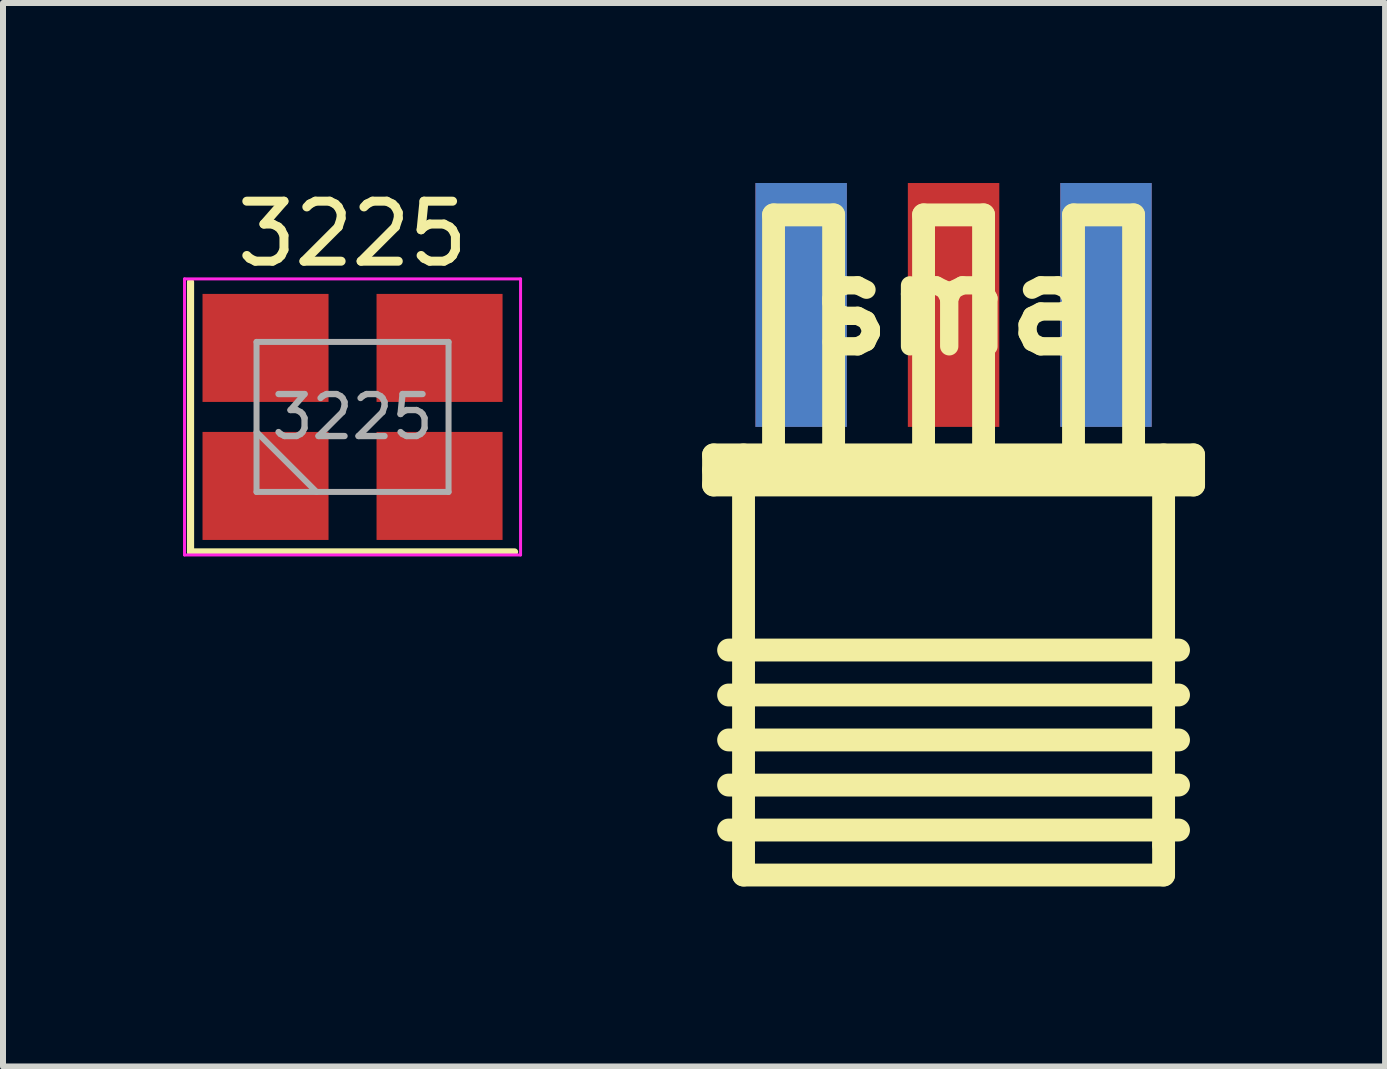
<source format=kicad_pcb>
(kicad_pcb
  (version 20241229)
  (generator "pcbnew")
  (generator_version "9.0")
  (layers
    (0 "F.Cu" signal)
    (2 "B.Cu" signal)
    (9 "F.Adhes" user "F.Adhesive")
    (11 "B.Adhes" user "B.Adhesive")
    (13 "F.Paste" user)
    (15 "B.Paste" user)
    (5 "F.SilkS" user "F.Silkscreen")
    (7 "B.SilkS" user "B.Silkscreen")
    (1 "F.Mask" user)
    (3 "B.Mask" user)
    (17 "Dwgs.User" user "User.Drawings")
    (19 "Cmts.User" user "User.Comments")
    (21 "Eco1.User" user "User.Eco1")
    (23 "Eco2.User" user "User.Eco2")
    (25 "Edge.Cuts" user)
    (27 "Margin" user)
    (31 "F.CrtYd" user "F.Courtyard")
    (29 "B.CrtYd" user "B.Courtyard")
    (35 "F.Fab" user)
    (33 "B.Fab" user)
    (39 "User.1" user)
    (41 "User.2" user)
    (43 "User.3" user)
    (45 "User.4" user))
  (footprint "sma"
    (layer "F.Cu")
    (at 12.841 2.032)
    (property "Reference" "sma" (at 0 0 0) (layer "F.SilkS") (effects (font (size 1.524 1.524) (thickness 0.305))))
    (attr through_hole)
    (fp_line (start -4 2.499) (end 4 2.499) (stroke (width 0.381) (type solid)) (layer "F.SilkS"))
    (fp_line (start -4 3) (end -4 2.499) (stroke (width 0.381) (type solid)) (layer "F.SilkS"))
    (fp_line (start -4 3) (end 4 3) (stroke (width 0.381) (type solid)) (layer "F.SilkS"))
    (fp_line (start -3.749 5.751) (end 3.749 5.751) (stroke (width 0.381) (type solid)) (layer "F.SilkS"))
    (fp_line (start -3.749 8.001) (end 3.749 8.001) (stroke (width 0.381) (type solid)) (layer "F.SilkS"))
    (fp_line (start -3.5 9.5) (end -3.5 2.499) (stroke (width 0.381) (type solid)) (layer "F.SilkS"))
    (fp_line (start -3.5 9.5) (end 3.5 9.5) (stroke (width 0.381) (type solid)) (layer "F.SilkS"))
    (fp_line (start -3 -1.501) (end -1.999 -1.501) (stroke (width 0.381) (type solid)) (layer "F.SilkS"))
    (fp_line (start -3 2.499) (end -3 -1.501) (stroke (width 0.381) (type solid)) (layer "F.SilkS"))
    (fp_line (start -1.999 -1.501) (end -1.999 2.499) (stroke (width 0.381) (type solid)) (layer "F.SilkS"))
    (fp_line (start -0.5 -1.501) (end 0.5 -1.501) (stroke (width 0.381) (type solid)) (layer "F.SilkS"))
    (fp_line (start -0.5 2.499) (end -0.5 -1.501) (stroke (width 0.381) (type solid)) (layer "F.SilkS"))
    (fp_line (start 0.5 -1.501) (end 0.5 2.499) (stroke (width 0.381) (type solid)) (layer "F.SilkS"))
    (fp_line (start 1.999 -1.501) (end 3 -1.501) (stroke (width 0.381) (type solid)) (layer "F.SilkS"))
    (fp_line (start 1.999 2.499) (end 1.999 -1.501) (stroke (width 0.381) (type solid)) (layer "F.SilkS"))
    (fp_line (start 3 -1.501) (end 3 2.499) (stroke (width 0.381) (type solid)) (layer "F.SilkS"))
    (fp_line (start 3.5 2.499) (end 3.5 8.999) (stroke (width 0.381) (type solid)) (layer "F.SilkS"))
    (fp_line (start 3.5 9.5) (end 3.5 8.999) (stroke (width 0.381) (type solid)) (layer "F.SilkS"))
    (fp_line (start 3.749 6.5) (end -3.749 6.5) (stroke (width 0.381) (type solid)) (layer "F.SilkS"))
    (fp_line (start 3.749 7.249) (end -3.749 7.249) (stroke (width 0.381) (type solid)) (layer "F.SilkS"))
    (fp_line (start 3.749 8.75) (end -3.749 8.75) (stroke (width 0.381) (type solid)) (layer "F.SilkS"))
    (fp_line (start 4 2.751) (end -4 2.751) (stroke (width 0.381) (type solid)) (layer "F.SilkS"))
    (fp_line (start 4 3) (end 4 2.499) (stroke (width 0.381) (type solid)) (layer "F.SilkS"))
    (pad "1" smd rect (at 0 0) (size 1.524 4.064) (layers "F.Cu" "F.Mask" "F.Paste"))
    (pad "2" smd rect (at -2.54 0) (size 1.524 4.064) (layers "F.Cu" "F.Mask" "F.Paste"))
    (pad "3" smd rect (at -2.54 0) (size 1.524 4.064) (layers "B.Cu" "B.Mask" "B.Paste"))
    (pad "4" smd rect (at 2.54 0) (size 1.524 4.064) (layers "F.Cu" "F.Mask" "F.Paste"))
    (pad "5" smd rect (at 2.54 0) (size 1.524 4.064) (layers "B.Cu" "B.Mask" "B.Paste")))
  (footprint "3225"
    (layer "F.Cu")
    (at 2.825 3.898)
    (property "Reference" "3225" (at 0 -3.05 0) (layer "F.SilkS") (effects (font (size 1 1) (thickness 0.15))))
    (attr smd)
    (fp_line (start -2.7 -2.25) (end -2.7 2.25) (stroke (width 0.12) (type solid)) (layer "F.SilkS"))
    (fp_line (start -2.7 2.25) (end 2.7 2.25) (stroke (width 0.12) (type solid)) (layer "F.SilkS"))
    (fp_line (start -2.8 -2.3) (end -2.8 2.3) (stroke (width 0.05) (type solid)) (layer "F.CrtYd"))
    (fp_line (start -2.8 2.3) (end 2.8 2.3) (stroke (width 0.05) (type solid)) (layer "F.CrtYd"))
    (fp_line (start 2.8 -2.3) (end -2.8 -2.3) (stroke (width 0.05) (type solid)) (layer "F.CrtYd"))
    (fp_line (start 2.8 2.3) (end 2.8 -2.3) (stroke (width 0.05) (type solid)) (layer "F.CrtYd"))
    (fp_line (start -1.6 -1.25) (end -1.6 1.25) (stroke (width 0.1) (type solid)) (layer "F.Fab"))
    (fp_line (start -1.6 0.25) (end -0.6 1.25) (stroke (width 0.1) (type solid)) (layer "F.Fab"))
    (fp_line (start -1.6 1.25) (end 1.6 1.25) (stroke (width 0.1) (type solid)) (layer "F.Fab"))
    (fp_line (start 1.6 -1.25) (end -1.6 -1.25) (stroke (width 0.1) (type solid)) (layer "F.Fab"))
    (fp_line (start 1.6 1.25) (end 1.6 -1.25) (stroke (width 0.1) (type solid)) (layer "F.Fab"))
    (fp_text user "${REFERENCE}" (at 0 0 0) (layer "F.Fab") (effects (font (size 0.7 0.7) (thickness 0.105))))
    (pad "1" smd rect (at -1.45 1.15) (size 2.1 1.8) (layers "F.Cu" "F.Mask" "F.Paste"))
    (pad "2" smd rect (at 1.45 1.15) (size 2.1 1.8) (layers "F.Cu" "F.Mask" "F.Paste"))
    (pad "3" smd rect (at 1.45 -1.15) (size 2.1 1.8) (layers "F.Cu" "F.Mask" "F.Paste"))
    (pad "4" smd rect (at -1.45 -1.15) (size 2.1 1.8) (layers "F.Cu" "F.Mask" "F.Paste")))
  (gr_rect
    (start -3 -3)
    (end 20.032 14.722)
    (stroke (width 0.1) (type default))
    (fill no)
    (layer "Edge.Cuts")))
</source>
